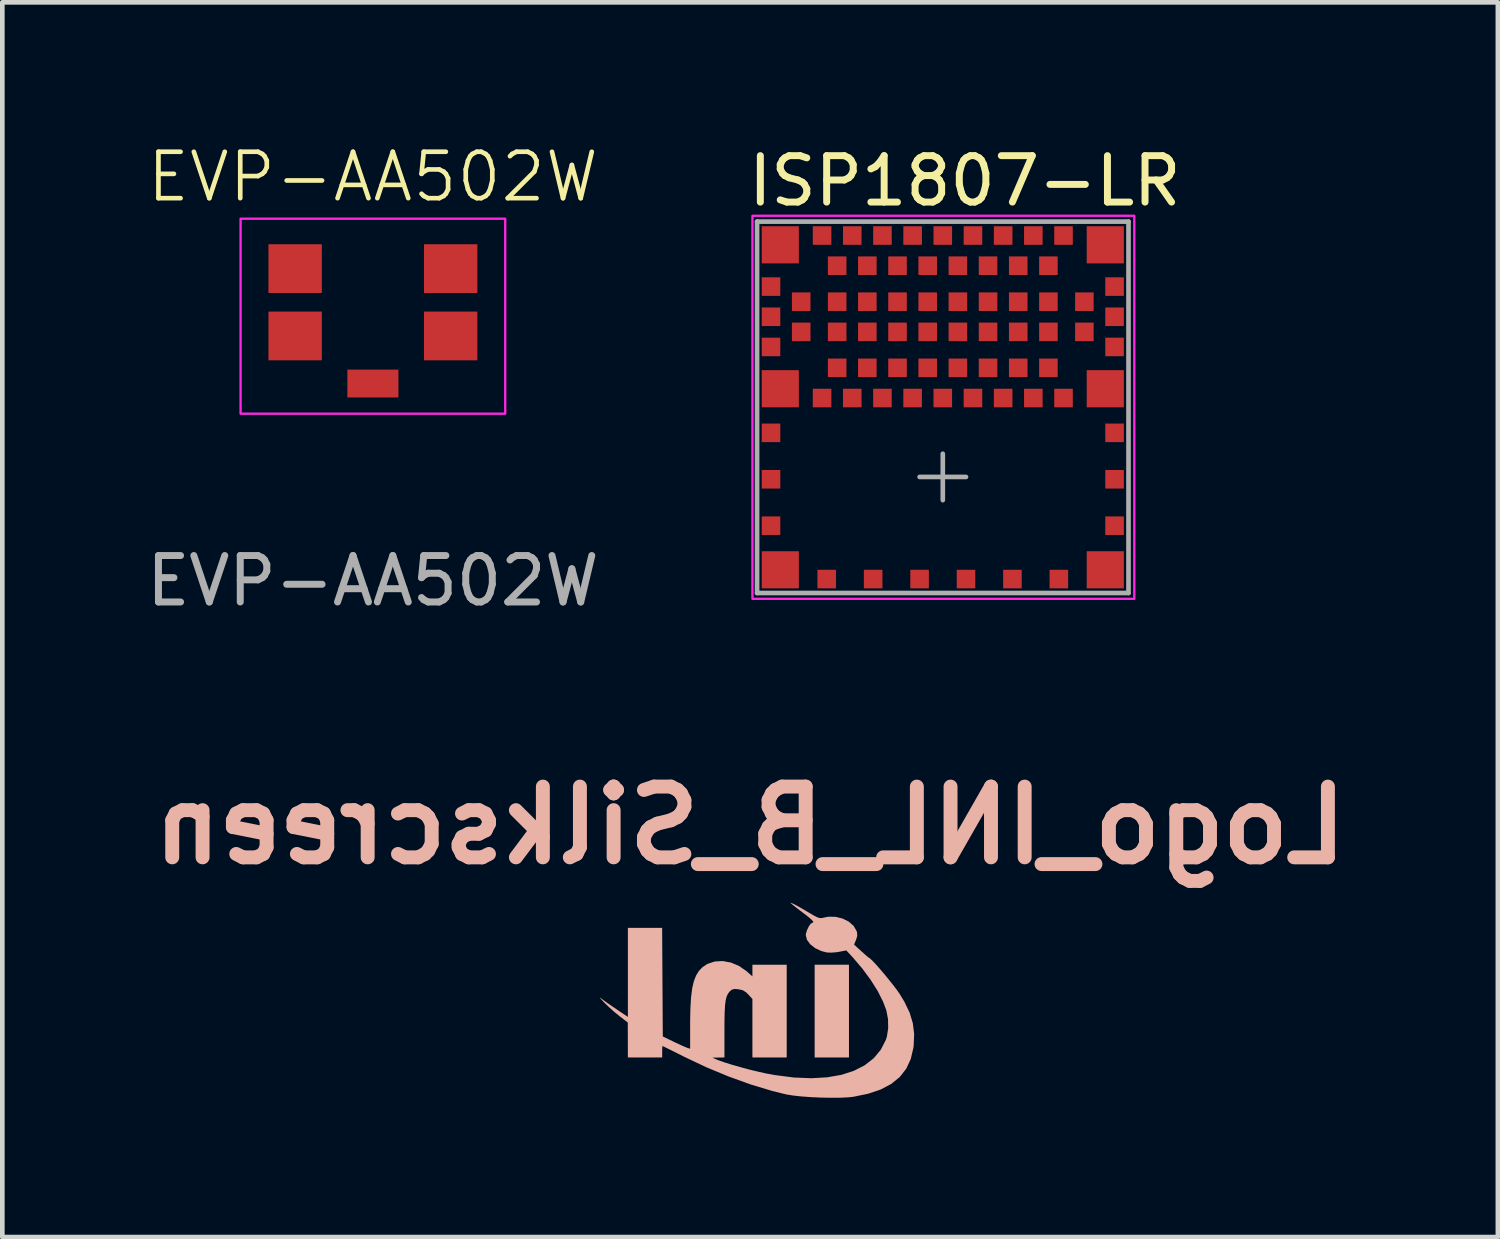
<source format=kicad_pcb>
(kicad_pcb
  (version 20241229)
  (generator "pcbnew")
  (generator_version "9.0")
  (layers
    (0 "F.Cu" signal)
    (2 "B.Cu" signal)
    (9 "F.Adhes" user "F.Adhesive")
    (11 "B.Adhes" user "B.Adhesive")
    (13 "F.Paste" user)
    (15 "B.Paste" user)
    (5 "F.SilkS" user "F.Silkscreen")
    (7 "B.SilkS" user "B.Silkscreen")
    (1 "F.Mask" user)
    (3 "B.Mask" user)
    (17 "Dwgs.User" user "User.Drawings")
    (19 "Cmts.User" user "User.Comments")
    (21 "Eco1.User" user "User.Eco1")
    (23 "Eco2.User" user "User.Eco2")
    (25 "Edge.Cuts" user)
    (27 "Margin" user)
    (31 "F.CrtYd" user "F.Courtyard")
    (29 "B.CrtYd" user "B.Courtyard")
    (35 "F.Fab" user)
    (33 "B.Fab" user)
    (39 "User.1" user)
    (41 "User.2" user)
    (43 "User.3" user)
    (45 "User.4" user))
  (footprint "Logo_INL_B_Silkscreen"
    (layer "F.Cu")
    (at 13.156 18.467)
    (property "Reference" "Logo_INL_B_Silkscreen" (at -0.05 -3.74 0) (layer "B.SilkS") (effects (font (size 1.524 1.524) (thickness 0.3)) (justify mirror)))
    (attr board_only exclude_from_pos_files exclude_from_bom)
    (fp_poly (pts (xy 1.341 1.26) (xy 2.08 1.26) (xy 2.08 -0.738) (xy 1.341 -0.738)) (stroke (width 0) (type solid)) (fill yes) (layer "B.SilkS"))
    (fp_poly (pts (xy 0.821 -2.069) (xy 0.842 -2.049) (xy 0.898 -2.004) (xy 0.98 -1.94) (xy 1.067 -1.874) (xy 1.191 -1.779) (xy 1.271 -1.711) (xy 1.31 -1.667) (xy 1.308 -1.645) (xy 1.289 -1.641) (xy 1.253 -1.618) (xy 1.213 -1.559) (xy 1.177 -1.484) (xy 1.153 -1.408) (xy 1.15 -1.373) (xy 1.175 -1.274) (xy 1.246 -1.178) (xy 1.351 -1.095) (xy 1.483 -1.033) (xy 1.601 -1.002) (xy 1.692 -0.998) (xy 1.804 -1.006) (xy 1.867 -1.016) (xy 2.023 -1.046) (xy 2.168 -0.889) (xy 2.37 -0.652) (xy 2.549 -0.409) (xy 2.7 -0.169) (xy 2.815 0.059) (xy 2.885 0.245) (xy 2.921 0.433) (xy 2.925 0.629) (xy 2.897 0.81) (xy 2.876 0.878) (xy 2.766 1.093) (xy 2.613 1.277) (xy 2.418 1.429) (xy 2.185 1.548) (xy 1.914 1.635) (xy 1.607 1.688) (xy 1.268 1.707) (xy 0.897 1.692) (xy 0.498 1.641) (xy 0.287 1.603) (xy 0.124 1.566) (xy -0.059 1.522) (xy -0.247 1.471) (xy -0.428 1.42) (xy -0.589 1.37) (xy -0.717 1.326) (xy -0.775 1.303) (xy -0.862 1.264) (xy -0.732 1.262) (xy -0.602 1.26) (xy -0.602 0.678) (xy -0.601 0.453) (xy -0.597 0.276) (xy -0.589 0.139) (xy -0.576 0.035) (xy -0.558 -0.042) (xy -0.533 -0.101) (xy -0.501 -0.148) (xy -0.489 -0.161) (xy -0.442 -0.201) (xy -0.387 -0.215) (xy -0.305 -0.21) (xy -0.209 -0.189) (xy -0.134 -0.142) (xy -0.09 -0.098) (xy 0 0) (xy 0 1.26) (xy 0.739 1.26) (xy 0.739 -0.738) (xy 0 -0.738) (xy 0 -0.487) (xy -0.126 -0.598) (xy -0.287 -0.711) (xy -0.461 -0.784) (xy -0.64 -0.817) (xy -0.812 -0.807) (xy -0.97 -0.755) (xy -1.078 -0.682) (xy -1.154 -0.602) (xy -1.214 -0.503) (xy -1.262 -0.38) (xy -1.297 -0.228) (xy -1.321 -0.039) (xy -1.335 0.191) (xy -1.341 0.467) (xy -1.341 0.543) (xy -1.341 1.072) (xy -1.401 1.053) (xy -1.452 1.033) (xy -1.537 0.995) (xy -1.642 0.947) (xy -1.695 0.921) (xy -1.93 0.808) (xy -1.937 -0.362) (xy -1.944 -1.532) (xy -2.682 -1.532) (xy -2.682 0.386) (xy -2.894 0.244) (xy -3.004 0.169) (xy -3.111 0.095) (xy -3.196 0.034) (xy -3.216 0.019) (xy -3.268 -0.019) (xy -3.287 -0.03) (xy -3.273 -0.01) (xy -3.222 0.043) (xy -3.183 0.085) (xy -3.085 0.18) (xy -2.969 0.283) (xy -2.862 0.37) (xy -2.684 0.507) (xy -2.682 1.26) (xy -1.943 1.26) (xy -1.943 1.137) (xy -1.942 1.063) (xy -1.938 1.019) (xy -1.936 1.014) (xy -1.91 1.025) (xy -1.844 1.058) (xy -1.744 1.107) (xy -1.618 1.17) (xy -1.474 1.242) (xy -1.473 1.243) (xy -0.994 1.47) (xy -0.51 1.671) (xy -0.032 1.843) (xy 0.428 1.982) (xy 0.731 2.056) (xy 0.871 2.079) (xy 1.051 2.099) (xy 1.256 2.114) (xy 1.473 2.124) (xy 1.689 2.128) (xy 1.89 2.127) (xy 2.062 2.119) (xy 2.174 2.107) (xy 2.493 2.041) (xy 2.766 1.949) (xy 2.992 1.829) (xy 3.175 1.68) (xy 3.314 1.502) (xy 3.411 1.293) (xy 3.468 1.051) (xy 3.474 1) (xy 3.484 0.755) (xy 3.456 0.524) (xy 3.387 0.295) (xy 3.273 0.058) (xy 3.168 -0.115) (xy 3.108 -0.2) (xy 3.028 -0.305) (xy 2.935 -0.421) (xy 2.838 -0.54) (xy 2.741 -0.653) (xy 2.654 -0.752) (xy 2.582 -0.827) (xy 2.534 -0.872) (xy 2.522 -0.88) (xy 2.491 -0.901) (xy 2.433 -0.951) (xy 2.358 -1.018) (xy 2.344 -1.03) (xy 2.19 -1.171) (xy 2.232 -1.272) (xy 2.259 -1.359) (xy 2.253 -1.436) (xy 2.245 -1.462) (xy 2.181 -1.573) (xy 2.077 -1.665) (xy 1.943 -1.732) (xy 1.793 -1.769) (xy 1.637 -1.772) (xy 1.548 -1.755) (xy 1.496 -1.743) (xy 1.45 -1.743) (xy 1.398 -1.759) (xy 1.327 -1.795) (xy 1.223 -1.856) (xy 1.22 -1.858) (xy 1.068 -1.947) (xy 0.95 -2.014) (xy 0.867 -2.056) (xy 0.826 -2.071)) (stroke (width 0) (type solid)) (fill yes) (layer "B.SilkS"))
    (fp_poly (pts (xy 0.712 -2.121) (xy 0.725 -2.108) (xy 0.739 -2.121) (xy 0.725 -2.135)) (stroke (width 0.1) (type solid)) (fill no) (layer "Eco1.User")))
  (footprint "EVP-AA502W"
    (layer "F.Cu")
    (at 4.982 3.461)
    (property "Reference" "EVP-AA502W" (at 0 -2.7 0) (unlocked yes) (layer "F.SilkS") (effects (font (size 1 1) (thickness 0.1))))
    (attr smd)
    (fp_rect (start -2.85 -1.8) (end 2.85 2.4) (stroke (width 0.05) (type default)) (fill no) (layer "F.CrtYd"))
    (fp_text user "${REFERENCE}" (at 0 6 0) (unlocked yes) (layer "F.Fab") (effects (font (size 1 1) (thickness 0.15))))
    (pad "1" smd rect (at 1.675 0.725) (size 1.15 1.05) (layers "F.Cu" "F.Mask" "F.Paste"))
    (pad "2" smd rect (at 1.675 -0.725) (size 1.15 1.05) (layers "F.Cu" "F.Mask" "F.Paste"))
    (pad "3" smd rect (at -1.675 0.725) (size 1.15 1.05) (layers "F.Cu" "F.Mask" "F.Paste"))
    (pad "4" smd rect (at -1.675 -0.725) (size 1.15 1.05) (layers "F.Cu" "F.Mask" "F.Paste"))
    (pad "5" smd rect (at 0 1.75) (size 1.1 0.6) (layers "F.Cu" "F.Mask" "F.Paste")))
  (footprint "ISP1807-LR"
    (layer "F.Cu")
    (at 13.257 1.723)
    (property "Reference" "ISP1807-LR" (at 4.475 -0.875 0) (layer "F.SilkS") (effects (font (size 1 1) (thickness 0.15))))
    (attr smd)
    (fp_rect (start -0.1 -0.125) (end 8.125 8.125) (stroke (width 0.05) (type default)) (fill no) (layer "F.CrtYd"))
    (fp_line (start 0 0) (end 8 0) (stroke (width 0.1) (type solid)) (layer "F.Fab"))
    (fp_line (start 0 8) (end 0 0) (stroke (width 0.1) (type solid)) (layer "F.Fab"))
    (fp_line (start 0 8) (end 8 8) (stroke (width 0.1) (type solid)) (layer "F.Fab"))
    (fp_line (start 3.5 5.5) (end 4.5 5.5) (stroke (width 0.1) (type solid)) (layer "F.Fab"))
    (fp_line (start 4 6) (end 4 5) (stroke (width 0.1) (type solid)) (layer "F.Fab"))
    (fp_line (start 8 8) (end 8 0) (stroke (width 0.1) (type solid)) (layer "F.Fab"))
    (pad "1" smd rect (at 0.5 0.5) (size 0.8 0.8) (layers "F.Cu" "F.Mask" "F.Paste"))
    (pad "2" smd rect (at 0.3 1.4) (size 0.4 0.4) (layers "F.Cu" "F.Mask" "F.Paste"))
    (pad "3" smd rect (at 0.95 1.725) (size 0.4 0.4) (layers "F.Cu" "F.Mask" "F.Paste"))
    (pad "4" smd rect (at 0.3 2.05) (size 0.4 0.4) (layers "F.Cu" "F.Mask" "F.Paste"))
    (pad "5" smd rect (at 0.95 2.375) (size 0.4 0.4) (layers "F.Cu" "F.Mask" "F.Paste"))
    (pad "6" smd rect (at 0.3 2.7) (size 0.4 0.4) (layers "F.Cu" "F.Mask" "F.Paste"))
    (pad "7" smd rect (at 0.5 3.6) (size 0.8 0.8) (layers "F.Cu" "F.Mask" "F.Paste"))
    (pad "8" smd rect (at 1.4 3.8) (size 0.4 0.4) (layers "F.Cu" "F.Mask" "F.Paste"))
    (pad "9" smd rect (at 1.725 3.15) (size 0.4 0.4) (layers "F.Cu" "F.Mask" "F.Paste"))
    (pad "10" smd rect (at 2.05 3.8) (size 0.4 0.4) (layers "F.Cu" "F.Mask" "F.Paste"))
    (pad "11" smd rect (at 2.375 3.15) (size 0.4 0.4) (layers "F.Cu" "F.Mask" "F.Paste"))
    (pad "12" smd rect (at 2.7 3.8) (size 0.4 0.4) (layers "F.Cu" "F.Mask" "F.Paste"))
    (pad "13" smd rect (at 3.025 3.15) (size 0.4 0.4) (layers "F.Cu" "F.Mask" "F.Paste"))
    (pad "14" smd rect (at 3.35 3.8) (size 0.4 0.4) (layers "F.Cu" "F.Mask" "F.Paste"))
    (pad "15" smd rect (at 3.675 3.15) (size 0.4 0.4) (layers "F.Cu" "F.Mask" "F.Paste"))
    (pad "16" smd rect (at 4 3.8) (size 0.4 0.4) (layers "F.Cu" "F.Mask" "F.Paste"))
    (pad "17" smd rect (at 4.325 3.15) (size 0.4 0.4) (layers "F.Cu" "F.Mask" "F.Paste"))
    (pad "18" smd rect (at 4.65 3.8) (size 0.4 0.4) (layers "F.Cu" "F.Mask" "F.Paste"))
    (pad "19" smd rect (at 4.975 3.15) (size 0.4 0.4) (layers "F.Cu" "F.Mask" "F.Paste"))
    (pad "20" smd rect (at 5.3 3.8) (size 0.4 0.4) (layers "F.Cu" "F.Mask" "F.Paste"))
    (pad "21" smd rect (at 5.625 3.15) (size 0.4 0.4) (layers "F.Cu" "F.Mask" "F.Paste"))
    (pad "22" smd rect (at 5.95 3.8) (size 0.4 0.4) (layers "F.Cu" "F.Mask" "F.Paste"))
    (pad "23" smd rect (at 6.275 3.15) (size 0.4 0.4) (layers "F.Cu" "F.Mask" "F.Paste"))
    (pad "24" smd rect (at 6.6 3.8) (size 0.4 0.4) (layers "F.Cu" "F.Mask" "F.Paste"))
    (pad "25" smd rect (at 7.5 3.6) (size 0.8 0.8) (layers "F.Cu" "F.Mask" "F.Paste"))
    (pad "26" smd rect (at 7.7 2.7) (size 0.4 0.4) (layers "F.Cu" "F.Mask" "F.Paste"))
    (pad "27" smd rect (at 7.05 2.375) (size 0.4 0.4) (layers "F.Cu" "F.Mask" "F.Paste"))
    (pad "28" smd rect (at 7.7 2.05) (size 0.4 0.4) (layers "F.Cu" "F.Mask" "F.Paste"))
    (pad "29" smd rect (at 7.05 1.725) (size 0.4 0.4) (layers "F.Cu" "F.Mask" "F.Paste"))
    (pad "30" smd rect (at 7.7 1.4) (size 0.4 0.4) (layers "F.Cu" "F.Mask" "F.Paste"))
    (pad "31" smd rect (at 7.5 0.5) (size 0.8 0.8) (layers "F.Cu" "F.Mask" "F.Paste"))
    (pad "32" smd rect (at 6.6 0.3) (size 0.4 0.4) (layers "F.Cu" "F.Mask" "F.Paste"))
    (pad "33" smd rect (at 6.275 0.95) (size 0.4 0.4) (layers "F.Cu" "F.Mask" "F.Paste"))
    (pad "34" smd rect (at 5.95 0.3) (size 0.4 0.4) (layers "F.Cu" "F.Mask" "F.Paste"))
    (pad "35" smd rect (at 5.625 0.95) (size 0.4 0.4) (layers "F.Cu" "F.Mask" "F.Paste"))
    (pad "36" smd rect (at 5.3 0.3) (size 0.4 0.4) (layers "F.Cu" "F.Mask" "F.Paste"))
    (pad "37" smd rect (at 4.975 0.95) (size 0.4 0.4) (layers "F.Cu" "F.Mask" "F.Paste"))
    (pad "38" smd rect (at 4.65 0.3) (size 0.4 0.4) (layers "F.Cu" "F.Mask" "F.Paste"))
    (pad "39" smd rect (at 4.325 0.95) (size 0.4 0.4) (layers "F.Cu" "F.Mask" "F.Paste"))
    (pad "40" smd rect (at 4 0.3) (size 0.4 0.4) (layers "F.Cu" "F.Mask" "F.Paste"))
    (pad "41" smd rect (at 3.675 0.95) (size 0.4 0.4) (layers "F.Cu" "F.Mask" "F.Paste"))
    (pad "42" smd rect (at 3.35 0.3) (size 0.4 0.4) (layers "F.Cu" "F.Mask" "F.Paste"))
    (pad "43" smd rect (at 3.025 0.95) (size 0.4 0.4) (layers "F.Cu" "F.Mask" "F.Paste"))
    (pad "44" smd rect (at 2.7 0.3) (size 0.4 0.4) (layers "F.Cu" "F.Mask" "F.Paste"))
    (pad "45" smd rect (at 2.375 0.95) (size 0.4 0.4) (layers "F.Cu" "F.Mask" "F.Paste"))
    (pad "46" smd rect (at 2.05 0.3) (size 0.4 0.4) (layers "F.Cu" "F.Mask" "F.Paste"))
    (pad "47" smd rect (at 1.725 0.95) (size 0.4 0.4) (layers "F.Cu" "F.Mask" "F.Paste"))
    (pad "48" smd rect (at 1.4 0.3) (size 0.4 0.4) (layers "F.Cu" "F.Mask" "F.Paste"))
    (pad "49" smd rect (at 6.275 1.725) (size 0.4 0.4) (layers "F.Cu" "F.Mask" "F.Paste"))
    (pad "50" smd rect (at 5.625 1.725) (size 0.4 0.4) (layers "F.Cu" "F.Mask" "F.Paste"))
    (pad "51" smd rect (at 4.975 1.725) (size 0.4 0.4) (layers "F.Cu" "F.Mask" "F.Paste"))
    (pad "52" smd rect (at 4.325 1.725) (size 0.4 0.4) (layers "F.Cu" "F.Mask" "F.Paste"))
    (pad "53" smd rect (at 3.675 1.725) (size 0.4 0.4) (layers "F.Cu" "F.Mask" "F.Paste"))
    (pad "54" smd rect (at 3.025 1.725) (size 0.4 0.4) (layers "F.Cu" "F.Mask" "F.Paste"))
    (pad "55" smd rect (at 2.375 1.725) (size 0.4 0.4) (layers "F.Cu" "F.Mask" "F.Paste"))
    (pad "56" smd rect (at 1.725 1.725) (size 0.4 0.4) (layers "F.Cu" "F.Mask" "F.Paste"))
    (pad "57" smd rect (at 6.275 2.375) (size 0.4 0.4) (layers "F.Cu" "F.Mask" "F.Paste"))
    (pad "58" smd rect (at 5.625 2.375) (size 0.4 0.4) (layers "F.Cu" "F.Mask" "F.Paste"))
    (pad "59" smd rect (at 4.975 2.375) (size 0.4 0.4) (layers "F.Cu" "F.Mask" "F.Paste"))
    (pad "60" smd rect (at 4.325 2.375) (size 0.4 0.4) (layers "F.Cu" "F.Mask" "F.Paste"))
    (pad "61" smd rect (at 3.675 2.375) (size 0.4 0.4) (layers "F.Cu" "F.Mask" "F.Paste"))
    (pad "62" smd rect (at 3.025 2.375) (size 0.4 0.4) (layers "F.Cu" "F.Mask" "F.Paste"))
    (pad "63" smd rect (at 2.375 2.375) (size 0.4 0.4) (layers "F.Cu" "F.Mask" "F.Paste"))
    (pad "64" smd rect (at 1.725 2.375) (size 0.4 0.4) (layers "F.Cu" "F.Mask" "F.Paste"))
    (pad "65" smd rect (at 0.3 4.55) (size 0.4 0.4) (layers "F.Cu" "F.Mask" "F.Paste"))
    (pad "66" smd rect (at 0.3 5.55) (size 0.4 0.4) (layers "F.Cu" "F.Mask" "F.Paste"))
    (pad "67" smd rect (at 0.3 6.55) (size 0.4 0.4) (layers "F.Cu" "F.Mask" "F.Paste"))
    (pad "68" smd rect (at 0.5 7.5) (size 0.8 0.8) (layers "F.Cu" "F.Mask" "F.Paste"))
    (pad "69" smd rect (at 1.5 7.7) (size 0.4 0.4) (layers "F.Cu" "F.Mask" "F.Paste"))
    (pad "70" smd rect (at 2.5 7.7) (size 0.4 0.4) (layers "F.Cu" "F.Mask" "F.Paste"))
    (pad "71" smd rect (at 3.5 7.7) (size 0.4 0.4) (layers "F.Cu" "F.Mask" "F.Paste"))
    (pad "72" smd rect (at 4.5 7.7) (size 0.4 0.4) (layers "F.Cu" "F.Mask" "F.Paste"))
    (pad "73" smd rect (at 5.5 7.7) (size 0.4 0.4) (layers "F.Cu" "F.Mask" "F.Paste"))
    (pad "74" smd rect (at 6.5 7.7) (size 0.4 0.4) (layers "F.Cu" "F.Mask" "F.Paste"))
    (pad "75" smd rect (at 7.5 7.5) (size 0.8 0.8) (layers "F.Cu" "F.Mask" "F.Paste"))
    (pad "76" smd rect (at 7.7 6.55) (size 0.4 0.4) (layers "F.Cu" "F.Mask" "F.Paste"))
    (pad "77" smd rect (at 7.7 5.55) (size 0.4 0.4) (layers "F.Cu" "F.Mask" "F.Paste"))
    (pad "78" smd rect (at 7.7 4.55) (size 0.4 0.4) (layers "F.Cu" "F.Mask" "F.Paste")))
  (gr_rect
    (start -3 -3)
    (end 29.213 23.595)
    (stroke (width 0.1) (type default))
    (fill no)
    (layer "Edge.Cuts")))
</source>
